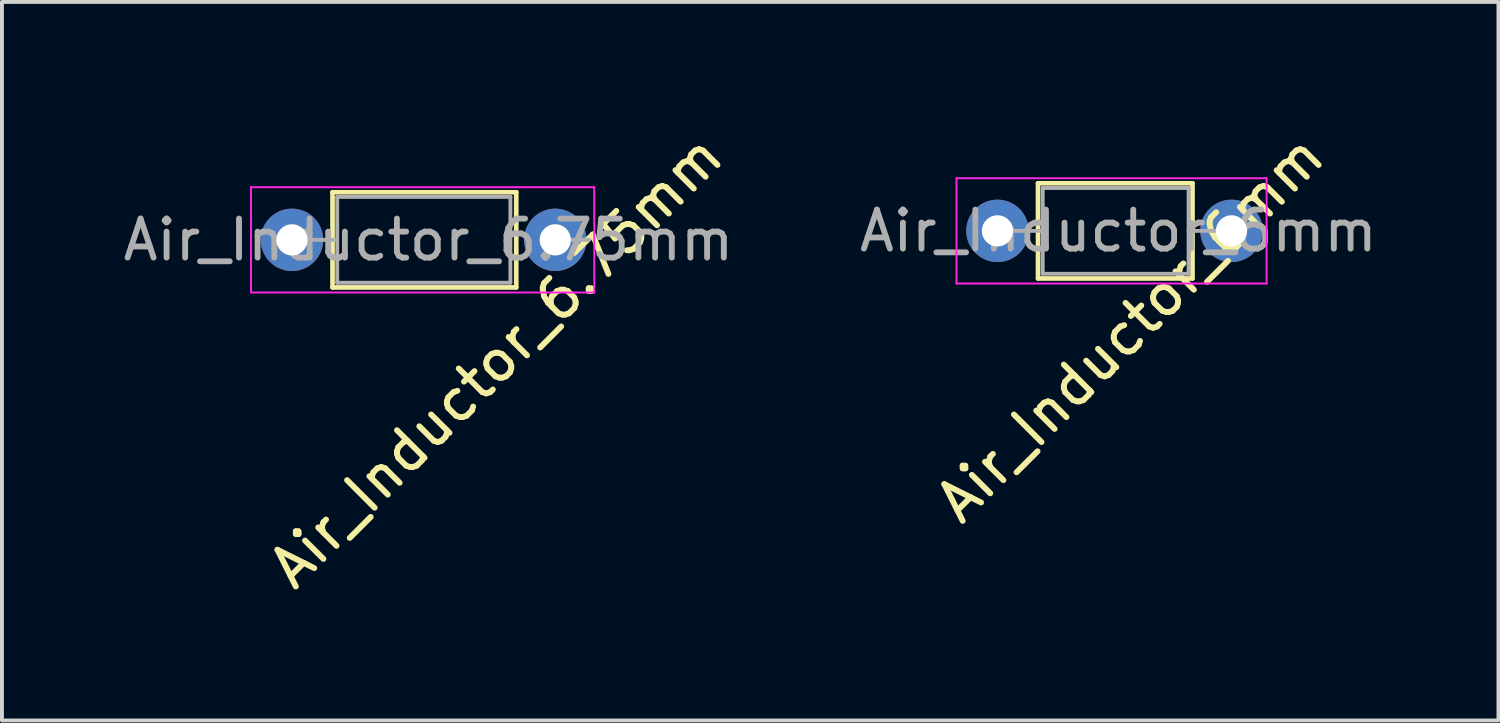
<source format=kicad_pcb>
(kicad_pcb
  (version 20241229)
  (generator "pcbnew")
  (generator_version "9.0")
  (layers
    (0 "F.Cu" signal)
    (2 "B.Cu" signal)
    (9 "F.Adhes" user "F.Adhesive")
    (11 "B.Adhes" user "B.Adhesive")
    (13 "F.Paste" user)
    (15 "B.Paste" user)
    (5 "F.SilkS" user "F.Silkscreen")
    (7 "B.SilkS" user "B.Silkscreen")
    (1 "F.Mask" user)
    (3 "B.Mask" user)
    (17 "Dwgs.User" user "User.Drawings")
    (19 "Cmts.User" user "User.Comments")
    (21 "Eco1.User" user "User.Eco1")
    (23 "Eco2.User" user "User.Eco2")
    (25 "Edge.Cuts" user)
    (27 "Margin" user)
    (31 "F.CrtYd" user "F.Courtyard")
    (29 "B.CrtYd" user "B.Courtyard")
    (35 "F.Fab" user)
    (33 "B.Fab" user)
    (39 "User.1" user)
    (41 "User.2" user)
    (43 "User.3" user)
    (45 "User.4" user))
  (footprint "Air_Inductor_6mm"
    (layer "F.Cu")
    (at 22.522 2.869)
    (property "Reference" "Air_Inductor_6mm" (at 3.4 2.5 45) (layer "F.SilkS") (effects (font (size 1 1) (thickness 0.15))))
    (attr through_hole)
    (fp_line (start 1.04 -1.22) (end 1.04 1.22) (stroke (width 0.12) (type solid)) (layer "F.SilkS"))
    (fp_line (start 1.04 1.22) (end 5 1.22) (stroke (width 0.12) (type solid)) (layer "F.SilkS"))
    (fp_line (start 5 -1.22) (end 1.04 -1.22) (stroke (width 0.12) (type solid)) (layer "F.SilkS"))
    (fp_line (start 5 1.22) (end 5 -1.22) (stroke (width 0.12) (type solid)) (layer "F.SilkS"))
    (fp_line (start -1.05 -1.35) (end -1.05 1.35) (stroke (width 0.05) (type solid)) (layer "F.CrtYd"))
    (fp_line (start -1.05 1.35) (end 6.9 1.35) (stroke (width 0.05) (type solid)) (layer "F.CrtYd"))
    (fp_line (start 6.9 -1.35) (end -1.05 -1.35) (stroke (width 0.05) (type solid)) (layer "F.CrtYd"))
    (fp_line (start 6.9 1.35) (end 6.9 -1.35) (stroke (width 0.05) (type solid)) (layer "F.CrtYd"))
    (fp_line (start 0 0) (end 1.16 0) (stroke (width 0.1) (type solid)) (layer "F.Fab"))
    (fp_line (start 1.16 -1.1) (end 1.16 1.1) (stroke (width 0.1) (type solid)) (layer "F.Fab"))
    (fp_line (start 1.16 1.1) (end 4.9 1.1) (stroke (width 0.1) (type solid)) (layer "F.Fab"))
    (fp_line (start 4.9 -1.1) (end 1.16 -1.1) (stroke (width 0.1) (type solid)) (layer "F.Fab"))
    (fp_line (start 4.9 1.1) (end 4.9 -1.1) (stroke (width 0.1) (type solid)) (layer "F.Fab"))
    (fp_line (start 6 0) (end 4.9 0) (stroke (width 0.1) (type solid)) (layer "F.Fab"))
    (fp_text user "${REFERENCE}" (at 3.1 0 180) (layer "F.Fab") (effects (font (size 1 1) (thickness 0.15))))
    (pad "1" thru_hole circle (at 0 0) (size 1.6 1.6) (drill 0.8) (layers "*.Cu" "*.Mask"))
    (pad "2" thru_hole oval (at 6 0) (size 1.6 1.6) (drill 0.8) (layers "*.Cu" "*.Mask")))
  (footprint "Air_Inductor_6.75mm"
    (layer "F.Cu")
    (at 4.435 3.099)
    (property "Reference" "Air_Inductor_6.75mm" (at 5.233 3.111 45) (layer "F.SilkS") (effects (font (size 1 1) (thickness 0.15))))
    (attr through_hole)
    (fp_line (start 1.04 -1.22) (end 1.04 1.22) (stroke (width 0.12) (type solid)) (layer "F.SilkS"))
    (fp_line (start 1.04 1.22) (end 5.75 1.22) (stroke (width 0.12) (type solid)) (layer "F.SilkS"))
    (fp_line (start 5.75 -1.22) (end 1.04 -1.22) (stroke (width 0.12) (type solid)) (layer "F.SilkS"))
    (fp_line (start 5.75 1.22) (end 5.75 -1.22) (stroke (width 0.12) (type solid)) (layer "F.SilkS"))
    (fp_line (start -1.05 -1.35) (end -1.05 1.35) (stroke (width 0.05) (type solid)) (layer "F.CrtYd"))
    (fp_line (start -1.05 1.35) (end 7.75 1.35) (stroke (width 0.05) (type solid)) (layer "F.CrtYd"))
    (fp_line (start 7.75 -1.35) (end -1.05 -1.35) (stroke (width 0.05) (type solid)) (layer "F.CrtYd"))
    (fp_line (start 7.75 1.35) (end 7.75 -1.35) (stroke (width 0.05) (type solid)) (layer "F.CrtYd"))
    (fp_line (start 0 0) (end 1.16 0) (stroke (width 0.1) (type solid)) (layer "F.Fab"))
    (fp_line (start 1.16 -1.1) (end 1.16 1.1) (stroke (width 0.1) (type solid)) (layer "F.Fab"))
    (fp_line (start 1.16 1.1) (end 5.6 1.1) (stroke (width 0.1) (type solid)) (layer "F.Fab"))
    (fp_line (start 5.6 -1.1) (end 1.16 -1.1) (stroke (width 0.1) (type solid)) (layer "F.Fab"))
    (fp_line (start 5.6 1.1) (end 5.6 -1.1) (stroke (width 0.1) (type solid)) (layer "F.Fab"))
    (fp_line (start 7.62 0) (end 6.46 0) (stroke (width 0.1) (type solid)) (layer "F.Fab"))
    (fp_text user "${REFERENCE}" (at 3.5 0 180) (layer "F.Fab") (effects (font (size 1 1) (thickness 0.15))))
    (pad "1" thru_hole circle (at 0 0) (size 1.6 1.6) (drill 0.8) (layers "*.Cu" "*.Mask"))
    (pad "2" thru_hole oval (at 6.75 0) (size 1.6 1.6) (drill 0.8) (layers "*.Cu" "*.Mask")))
  (gr_rect
    (start -3 -3)
    (end 35.366 15.421)
    (stroke (width 0.1) (type default))
    (fill no)
    (layer "Edge.Cuts")))
</source>
